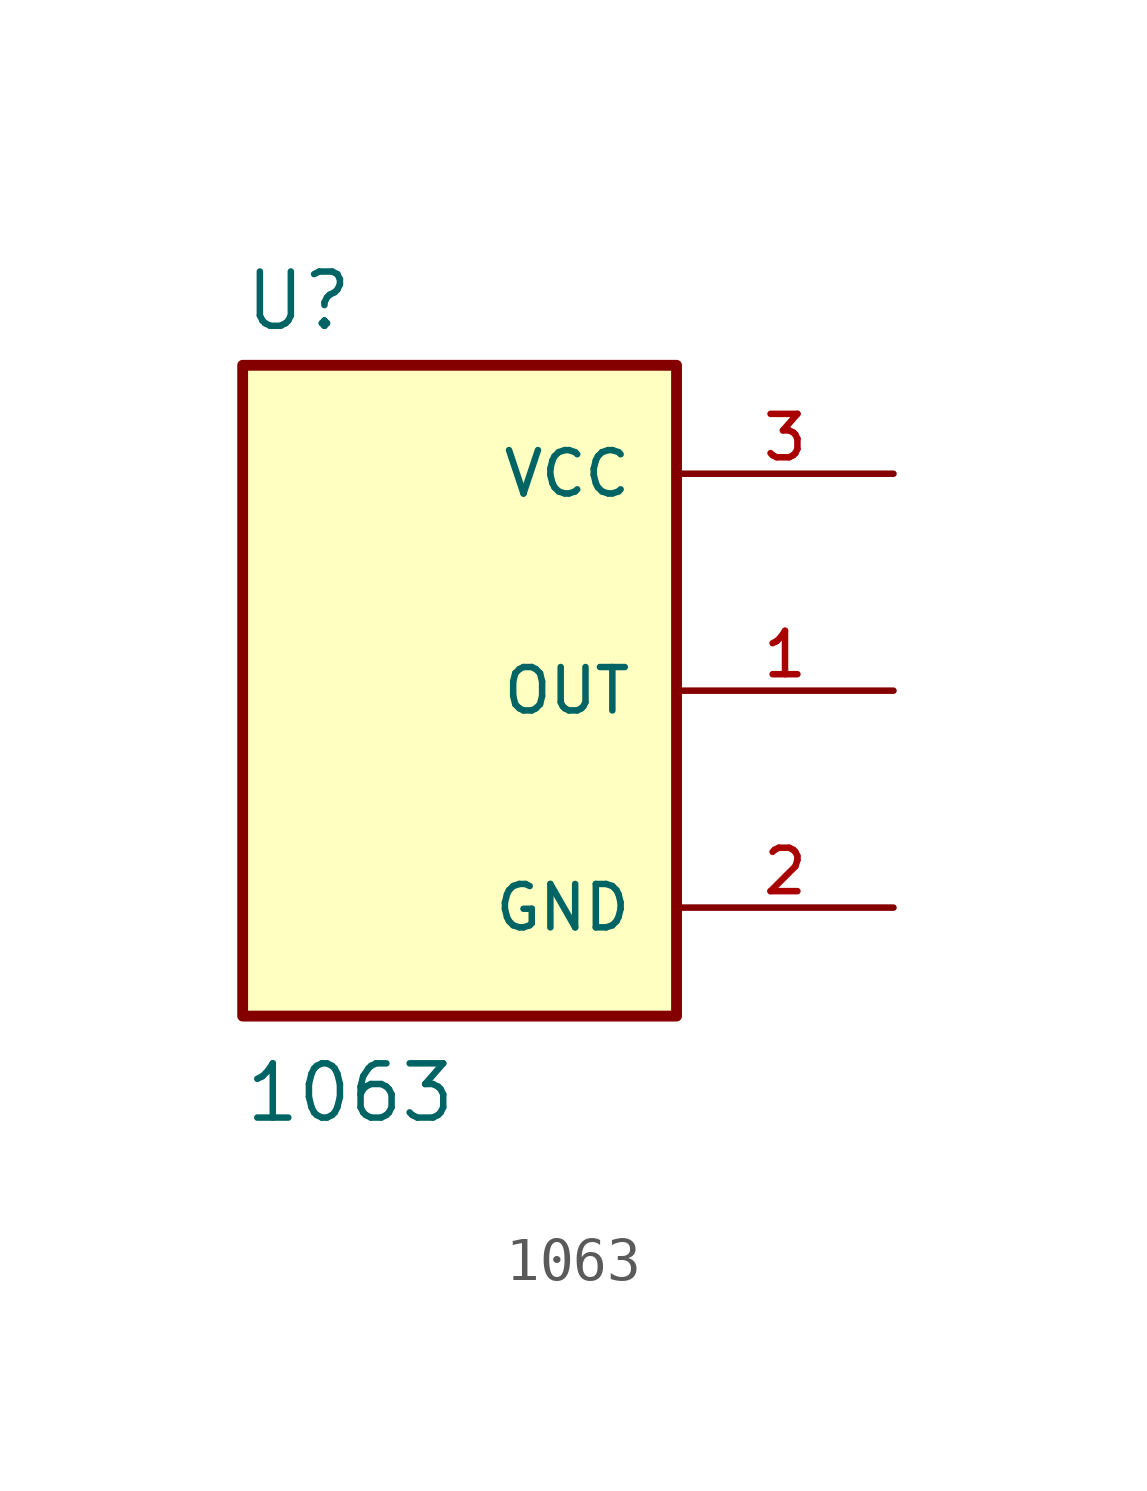
<source format=kicad_sym>
(kicad_symbol_lib
  (version 20211014)
  (generator kicad_symbol_editor)
  (symbol "1063"
    (pin_names
      (offset 1.016))
    (property "Reference" "U"
      (at -5.08 8.382 0)
      (effects (font (size 1.27 1.27)) (justify bottom left)))
    (property "Value" "1063"
      (at -5.08 -10.16 0)
      (effects (font (size 1.27 1.27)) (justify bottom left)))
    (symbol "1063_0_0"
      (rectangle (start -5.08 -7.62) (end 5.08 7.62) (stroke (width 0.254)) (fill (type background)))
      (pin power_in line (at 10.16 5.08 180.0) (length 5.08) (name "VCC" (effects (font (size 1.016 1.016)))) (number "3" (effects (font (size 1.016 1.016)))))
      (pin output line (at 10.16 0.0 180.0) (length 5.08) (name "OUT" (effects (font (size 1.016 1.016)))) (number "1" (effects (font (size 1.016 1.016)))))
      (pin power_in line (at 10.16 -5.08 180.0) (length 5.08) (name "GND" (effects (font (size 1.016 1.016)))) (number "2" (effects (font (size 1.016 1.016))))))))
</source>
